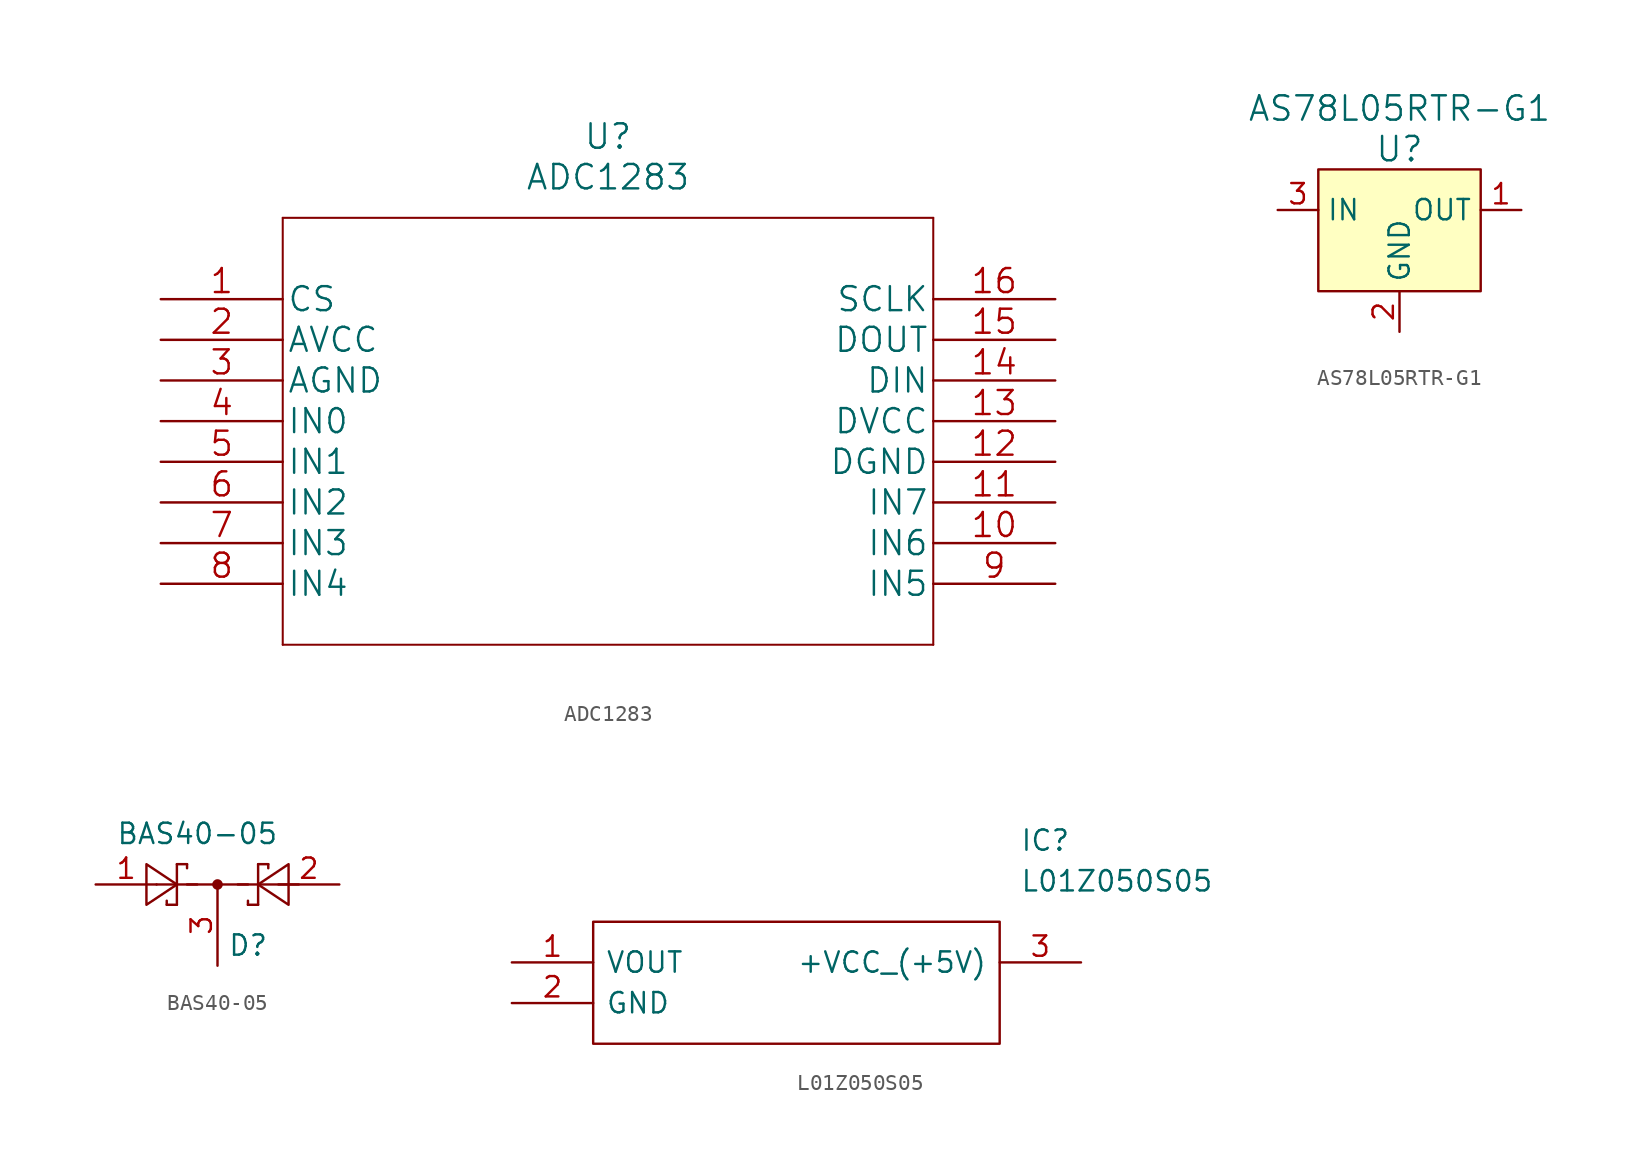
<source format=kicad_sym>
(kicad_symbol_lib
  (version 20211014)
  (generator kicad_symbol_editor)
  (symbol "ADC1283"
    (pin_names
      (offset 0.254))
    (property "Reference" "U"
      (at 27.94 10.16 0)
      (effects (font (size 1.524 1.524))))
    (property "Value" "ADC1283"
      (at 27.94 7.62 0)
      (effects (font (size 1.524 1.524))))
    (property "Datasheet" ""
      (at 0 0 0)
      (effects (font (size 1.524 1.524))))
    (property "ki_locked" ""
      (at 0 0 0)
      (effects (font (size 1.27 1.27))))
    (symbol "ADC1283_1_1"
      (polyline (pts (xy 7.62 -21.59) (xy 48.26 -21.59)) (stroke (width 0.127) (type default) (color 0 0 0 0)) (fill (type none)))
      (polyline (pts (xy 7.62 5.08) (xy 7.62 -21.59)) (stroke (width 0.127) (type default) (color 0 0 0 0)) (fill (type none)))
      (polyline (pts (xy 48.26 -21.59) (xy 48.26 5.08)) (stroke (width 0.127) (type default) (color 0 0 0 0)) (fill (type none)))
      (polyline (pts (xy 48.26 5.08) (xy 7.62 5.08)) (stroke (width 0.127) (type default) (color 0 0 0 0)) (fill (type none)))
      (pin input line (at 0 0 0) (length 7.62) (name "CS" (effects (font (size 1.499 1.499)))) (number "1" (effects (font (size 1.499 1.499)))))
      (pin input line (at 55.88 -15.24 180) (length 7.62) (name "IN6" (effects (font (size 1.499 1.499)))) (number "10" (effects (font (size 1.499 1.499)))))
      (pin input line (at 55.88 -12.7 180) (length 7.62) (name "IN7" (effects (font (size 1.499 1.499)))) (number "11" (effects (font (size 1.499 1.499)))))
      (pin power_in line (at 55.88 -10.16 180) (length 7.62) (name "DGND" (effects (font (size 1.499 1.499)))) (number "12" (effects (font (size 1.499 1.499)))))
      (pin power_in line (at 55.88 -7.62 180) (length 7.62) (name "DVCC" (effects (font (size 1.499 1.499)))) (number "13" (effects (font (size 1.499 1.499)))))
      (pin input line (at 55.88 -5.08 180) (length 7.62) (name "DIN" (effects (font (size 1.499 1.499)))) (number "14" (effects (font (size 1.499 1.499)))))
      (pin output line (at 55.88 -2.54 180) (length 7.62) (name "DOUT" (effects (font (size 1.499 1.499)))) (number "15" (effects (font (size 1.499 1.499)))))
      (pin input line (at 55.88 0 180) (length 7.62) (name "SCLK" (effects (font (size 1.499 1.499)))) (number "16" (effects (font (size 1.499 1.499)))))
      (pin power_in line (at 0 -2.54 0) (length 7.62) (name "AVCC" (effects (font (size 1.499 1.499)))) (number "2" (effects (font (size 1.499 1.499)))))
      (pin power_in line (at 0 -5.08 0) (length 7.62) (name "AGND" (effects (font (size 1.499 1.499)))) (number "3" (effects (font (size 1.499 1.499)))))
      (pin input line (at 0 -7.62 0) (length 7.62) (name "IN0" (effects (font (size 1.499 1.499)))) (number "4" (effects (font (size 1.499 1.499)))))
      (pin input line (at 0 -10.16 0) (length 7.62) (name "IN1" (effects (font (size 1.499 1.499)))) (number "5" (effects (font (size 1.499 1.499)))))
      (pin input line (at 0 -12.7 0) (length 7.62) (name "IN2" (effects (font (size 1.499 1.499)))) (number "6" (effects (font (size 1.499 1.499)))))
      (pin input line (at 0 -15.24 0) (length 7.62) (name "IN3" (effects (font (size 1.499 1.499)))) (number "7" (effects (font (size 1.499 1.499)))))
      (pin input line (at 0 -17.78 0) (length 7.62) (name "IN4" (effects (font (size 1.499 1.499)))) (number "8" (effects (font (size 1.499 1.499)))))
      (pin input line (at 55.88 -17.78 180) (length 7.62) (name "IN5" (effects (font (size 1.499 1.499)))) (number "9" (effects (font (size 1.499 1.499)))))))
  (symbol "AS78L05RTR-G1"
    (property "Reference" "U"
      (at 0 3.81 0)
      (effects (font (size 1.524 1.524))))
    (property "Value" "AS78L05RTR-G1"
      (at 0 6.35 0)
      (effects (font (size 1.524 1.524))))
    (symbol "AS78L05RTR-G1_0_1"
      (rectangle (start -5.08 2.54) (end 5.08 -5.08) (stroke (width 0) (type default) (color 0 0 0 0)) (fill (type background))))
    (symbol "AS78L05RTR-G1_1_1"
      (pin power_out line (at 7.62 0 180) (length 2.54) (name "OUT" (effects (font (size 1.27 1.27)))) (number "1" (effects (font (size 1.27 1.27)))))
      (pin power_in line (at 0 -7.62 90) (length 2.54) (name "GND" (effects (font (size 1.27 1.27)))) (number "2" (effects (font (size 1.27 1.27)))))
      (pin power_in line (at -7.62 0 0) (length 2.54) (name "IN" (effects (font (size 1.27 1.27)))) (number "3" (effects (font (size 1.27 1.27)))))))
  (symbol "BAS40-05"
    (pin_names
      (offset 1.016))
    (property "Reference" "D"
      (at 0.635 -1.27 0)
      (effects (font (size 1.27 1.27)) (justify left)))
    (property "Value" "BAS40-05"
      (at -6.35 5.715 0)
      (effects (font (size 1.27 1.27)) (justify left)))
    (symbol "BAS40-05_0_1"
      (polyline (pts (xy -3.81 2.54) (xy -1.27 2.54)) (stroke (width 0) (type default) (color 0 0 0 0)) (fill (type none)))
      (polyline (pts (xy -3.175 1.27) (xy -3.175 1.524)) (stroke (width 0) (type default) (color 0 0 0 0)) (fill (type none)))
      (polyline (pts (xy -2.54 1.27) (xy -3.175 1.27)) (stroke (width 0) (type default) (color 0 0 0 0)) (fill (type none)))
      (polyline (pts (xy -2.54 1.27) (xy -2.54 3.81)) (stroke (width 0) (type default) (color 0 0 0 0)) (fill (type none)))
      (polyline (pts (xy -2.54 3.81) (xy -1.905 3.81)) (stroke (width 0) (type default) (color 0 0 0 0)) (fill (type none)))
      (polyline (pts (xy -1.905 2.54) (xy 1.905 2.54)) (stroke (width 0) (type default) (color 0 0 0 0)) (fill (type none)))
      (polyline (pts (xy -1.905 3.81) (xy -1.905 3.556)) (stroke (width 0) (type default) (color 0 0 0 0)) (fill (type none)))
      (polyline (pts (xy 1.27 2.54) (xy 2.54 2.54)) (stroke (width 0) (type default) (color 0 0 0 0)) (fill (type none)))
      (polyline (pts (xy 1.905 1.27) (xy 1.905 1.524)) (stroke (width 0) (type default) (color 0 0 0 0)) (fill (type none)))
      (polyline (pts (xy 2.54 1.27) (xy 1.905 1.27)) (stroke (width 0) (type default) (color 0 0 0 0)) (fill (type none)))
      (polyline (pts (xy 2.54 3.81) (xy 2.54 1.27)) (stroke (width 0) (type default) (color 0 0 0 0)) (fill (type none)))
      (polyline (pts (xy 2.54 3.81) (xy 3.175 3.81)) (stroke (width 0) (type default) (color 0 0 0 0)) (fill (type none)))
      (polyline (pts (xy 3.175 3.81) (xy 3.175 3.556)) (stroke (width 0) (type default) (color 0 0 0 0)) (fill (type none)))
      (polyline (pts (xy 5.08 2.54) (xy 2.54 2.54)) (stroke (width 0) (type default) (color 0 0 0 0)) (fill (type none)))
      (polyline (pts (xy -4.445 3.81) (xy -4.445 1.27) (xy -2.54 2.54) (xy -4.445 3.81)) (stroke (width 0) (type default) (color 0 0 0 0)) (fill (type none)))
      (polyline (pts (xy 4.445 1.27) (xy 4.445 3.81) (xy 2.54 2.54) (xy 4.445 1.27)) (stroke (width 0) (type default) (color 0 0 0 0)) (fill (type none)))
      (circle (center 0 2.54) (radius 0.254) (stroke (width 0) (type default) (color 0 0 0 0)) (fill (type outline))))
    (symbol "BAS40-05_1_1"
      (pin passive line (at -7.62 2.54 0) (length 3.81) (name "~" (effects (font (size 1.27 1.27)))) (number "1" (effects (font (size 1.27 1.27)))))
      (pin passive line (at 7.62 2.54 180) (length 3.81) (name "~" (effects (font (size 1.27 1.27)))) (number "2" (effects (font (size 1.27 1.27)))))
      (pin passive line (at 0 -2.54 90) (length 5.08) (name "~" (effects (font (size 1.27 1.27)))) (number "3" (effects (font (size 1.27 1.27)))))))
  (symbol "L01Z050S05"
    (pin_names
      (offset 0.762))
    (property "Reference" "IC"
      (at 31.75 7.62 0)
      (effects (font (size 1.27 1.27)) (justify left)))
    (property "Value" "L01Z050S05"
      (at 31.75 5.08 0)
      (effects (font (size 1.27 1.27)) (justify left)))
    (symbol "L01Z050S05_0_0"
      (pin passive line (at 0 0 0) (length 5.08) (name "VOUT" (effects (font (size 1.27 1.27)))) (number "1" (effects (font (size 1.27 1.27)))))
      (pin passive line (at 0 -2.54 0) (length 5.08) (name "GND" (effects (font (size 1.27 1.27)))) (number "2" (effects (font (size 1.27 1.27)))))
      (pin passive line (at 35.56 0 180) (length 5.08) (name "+VCC_(+5V)" (effects (font (size 1.27 1.27)))) (number "3" (effects (font (size 1.27 1.27))))))
    (symbol "L01Z050S05_0_1"
      (polyline (pts (xy 5.08 2.54) (xy 30.48 2.54) (xy 30.48 -5.08) (xy 5.08 -5.08) (xy 5.08 2.54)) (stroke (width 0.152) (type default) (color 0 0 0 0)) (fill (type none))))))
</source>
